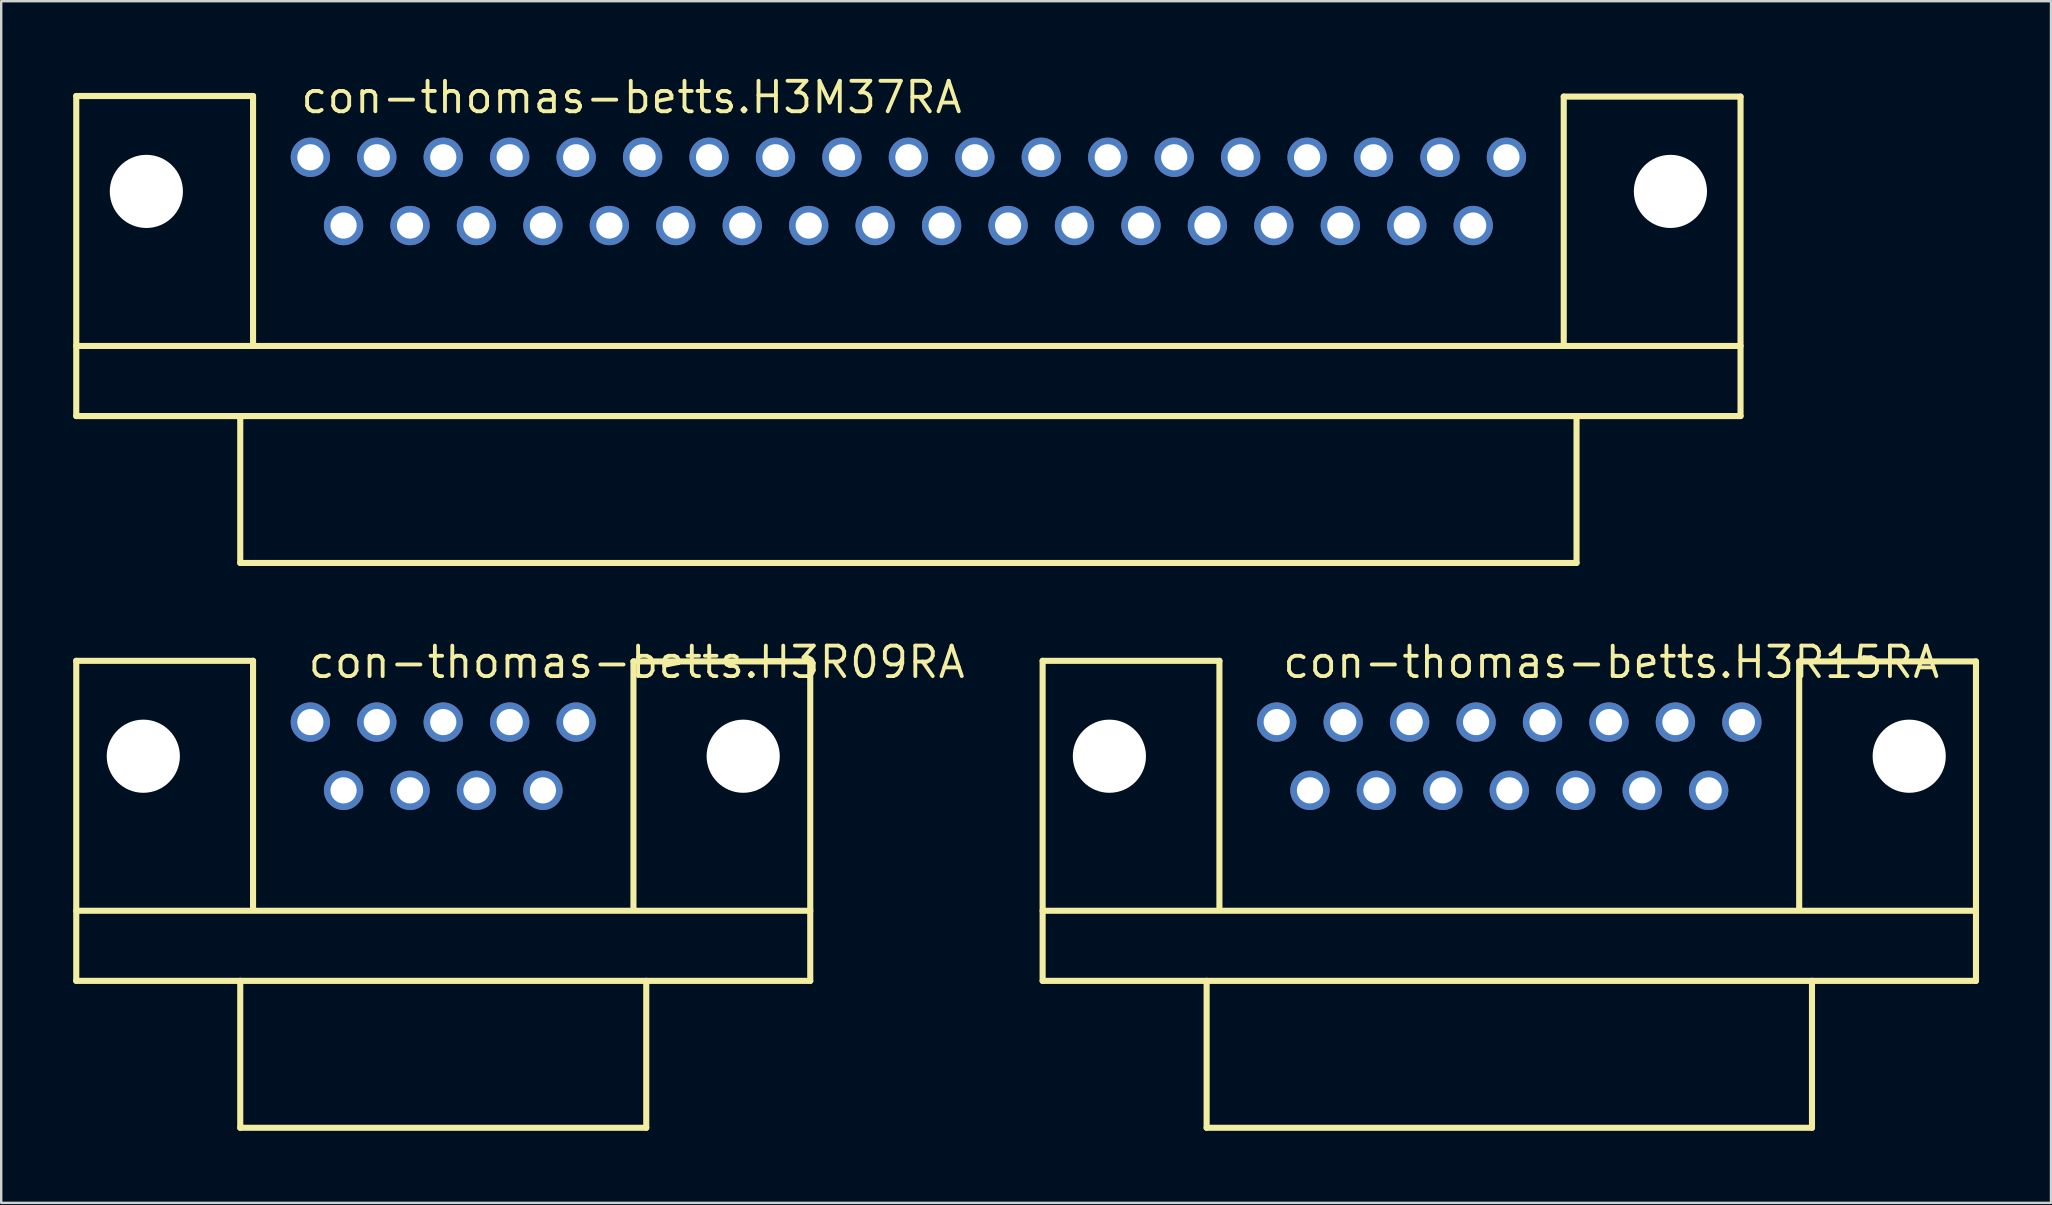
<source format=kicad_pcb>
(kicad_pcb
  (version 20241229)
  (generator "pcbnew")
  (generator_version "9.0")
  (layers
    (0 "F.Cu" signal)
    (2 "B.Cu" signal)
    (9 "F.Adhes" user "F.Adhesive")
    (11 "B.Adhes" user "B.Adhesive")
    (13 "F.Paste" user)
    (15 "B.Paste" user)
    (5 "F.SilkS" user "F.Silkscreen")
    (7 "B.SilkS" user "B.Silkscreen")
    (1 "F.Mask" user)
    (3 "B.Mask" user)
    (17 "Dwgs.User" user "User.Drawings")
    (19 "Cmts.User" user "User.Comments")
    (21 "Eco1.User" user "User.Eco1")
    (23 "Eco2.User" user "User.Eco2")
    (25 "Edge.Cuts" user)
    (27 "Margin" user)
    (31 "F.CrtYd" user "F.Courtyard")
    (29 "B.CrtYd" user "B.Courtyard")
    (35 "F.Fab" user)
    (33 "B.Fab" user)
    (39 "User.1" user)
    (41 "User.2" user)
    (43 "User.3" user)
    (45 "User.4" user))
  (footprint "con-thomas-betts.H3R15RA"
    (layer "F.Cu")
    (at 59.835 28.458)
    (property "Reference" "con-thomas-betts.H3R15RA" (at -9.525 -3.175 0) (layer "F.SilkS") (effects (font (size 1.27 1.27) (thickness 0.16)) (justify left bottom)))
    (attr through_hole)
    (fp_line (start -19.444 -3.975) (end -12.078 -3.975) (stroke (width 0.254) (type default)) (layer "F.SilkS"))
    (fp_line (start -19.444 6.439) (end 19.444 6.439) (stroke (width 0.254) (type default)) (layer "F.SilkS"))
    (fp_line (start -19.444 9.36) (end -19.444 -3.975) (stroke (width 0.254) (type default)) (layer "F.SilkS"))
    (fp_line (start -12.611 9.36) (end -19.444 9.36) (stroke (width 0.254) (type default)) (layer "F.SilkS"))
    (fp_line (start -12.611 9.36) (end 12.611 9.36) (stroke (width 0.254) (type default)) (layer "F.SilkS"))
    (fp_line (start -12.611 15.481) (end -12.611 9.36) (stroke (width 0.254) (type default)) (layer "F.SilkS"))
    (fp_line (start -12.078 -3.975) (end -12.078 6.299) (stroke (width 0.254) (type default)) (layer "F.SilkS"))
    (fp_line (start 12.078 -3.95) (end 12.078 6.299) (stroke (width 0.254) (type default)) (layer "F.SilkS"))
    (fp_line (start 12.611 9.36) (end 12.611 15.481) (stroke (width 0.254) (type default)) (layer "F.SilkS"))
    (fp_line (start 12.611 15.481) (end -12.611 15.481) (stroke (width 0.254) (type default)) (layer "F.SilkS"))
    (fp_line (start 19.444 -3.95) (end 12.078 -3.95) (stroke (width 0.254) (type default)) (layer "F.SilkS"))
    (fp_line (start 19.444 -3.95) (end 19.444 9.36) (stroke (width 0.254) (type default)) (layer "F.SilkS"))
    (fp_line (start 19.444 9.36) (end 12.611 9.36) (stroke (width 0.254) (type default)) (layer "F.SilkS"))
    (pad "" np_thru_hole circle (at -16.662 0) (size 3.048 3.048) (drill 3.048) (layers "*.Cu" "*.Mask"))
    (pad "" np_thru_hole circle (at 16.662 0) (size 3.048 3.048) (drill 3.048) (layers "*.Cu" "*.Mask"))
    (pad "1" thru_hole circle (at 9.69 -1.422) (size 1.638 1.638) (drill 1.092) (layers "*.Cu" "*.Mask"))
    (pad "2" thru_hole circle (at 6.921 -1.422) (size 1.638 1.638) (drill 1.092) (layers "*.Cu" "*.Mask"))
    (pad "3" thru_hole circle (at 4.153 -1.422) (size 1.638 1.638) (drill 1.092) (layers "*.Cu" "*.Mask"))
    (pad "4" thru_hole circle (at 1.384 -1.422) (size 1.638 1.638) (drill 1.092) (layers "*.Cu" "*.Mask"))
    (pad "5" thru_hole circle (at -1.384 -1.422) (size 1.638 1.638) (drill 1.092) (layers "*.Cu" "*.Mask"))
    (pad "6" thru_hole circle (at -4.153 -1.422) (size 1.638 1.638) (drill 1.092) (layers "*.Cu" "*.Mask"))
    (pad "7" thru_hole circle (at -6.921 -1.422) (size 1.638 1.638) (drill 1.092) (layers "*.Cu" "*.Mask"))
    (pad "8" thru_hole circle (at -9.69 -1.422) (size 1.638 1.638) (drill 1.092) (layers "*.Cu" "*.Mask"))
    (pad "9" thru_hole circle (at 8.306 1.422) (size 1.638 1.638) (drill 1.092) (layers "*.Cu" "*.Mask"))
    (pad "10" thru_hole circle (at 5.537 1.422) (size 1.638 1.638) (drill 1.092) (layers "*.Cu" "*.Mask"))
    (pad "11" thru_hole circle (at 2.769 1.422) (size 1.638 1.638) (drill 1.092) (layers "*.Cu" "*.Mask"))
    (pad "12" thru_hole circle (at 0 1.422) (size 1.638 1.638) (drill 1.092) (layers "*.Cu" "*.Mask"))
    (pad "13" thru_hole circle (at -2.769 1.422) (size 1.638 1.638) (drill 1.092) (layers "*.Cu" "*.Mask"))
    (pad "14" thru_hole circle (at -5.537 1.422) (size 1.638 1.638) (drill 1.092) (layers "*.Cu" "*.Mask"))
    (pad "15" thru_hole circle (at -8.306 1.422) (size 1.638 1.638) (drill 1.092) (layers "*.Cu" "*.Mask")))
  (footprint "con-thomas-betts.H3R09RA"
    (layer "F.Cu")
    (at 15.418 28.458)
    (property "Reference" "con-thomas-betts.H3R09RA" (at -5.715 -3.175 0) (layer "F.SilkS") (effects (font (size 1.27 1.27) (thickness 0.16)) (justify left bottom)))
    (attr through_hole)
    (fp_line (start -15.291 -3.975) (end -7.925 -3.975) (stroke (width 0.254) (type default)) (layer "F.SilkS"))
    (fp_line (start -15.291 6.439) (end 15.291 6.439) (stroke (width 0.254) (type default)) (layer "F.SilkS"))
    (fp_line (start -15.291 9.36) (end -15.291 -3.975) (stroke (width 0.254) (type default)) (layer "F.SilkS"))
    (fp_line (start -8.458 9.36) (end -15.291 9.36) (stroke (width 0.254) (type default)) (layer "F.SilkS"))
    (fp_line (start -8.458 9.36) (end 8.458 9.36) (stroke (width 0.254) (type default)) (layer "F.SilkS"))
    (fp_line (start -8.458 15.481) (end -8.458 9.36) (stroke (width 0.254) (type default)) (layer "F.SilkS"))
    (fp_line (start -7.925 -3.975) (end -7.925 6.299) (stroke (width 0.254) (type default)) (layer "F.SilkS"))
    (fp_line (start 7.925 -3.95) (end 7.925 6.299) (stroke (width 0.254) (type default)) (layer "F.SilkS"))
    (fp_line (start 8.458 9.36) (end 8.458 15.481) (stroke (width 0.254) (type default)) (layer "F.SilkS"))
    (fp_line (start 8.458 15.481) (end -8.458 15.481) (stroke (width 0.254) (type default)) (layer "F.SilkS"))
    (fp_line (start 15.291 -3.95) (end 7.925 -3.95) (stroke (width 0.254) (type default)) (layer "F.SilkS"))
    (fp_line (start 15.291 -3.95) (end 15.291 9.36) (stroke (width 0.254) (type default)) (layer "F.SilkS"))
    (fp_line (start 15.291 9.36) (end 8.458 9.36) (stroke (width 0.254) (type default)) (layer "F.SilkS"))
    (pad "" np_thru_hole circle (at -12.497 0) (size 3.048 3.048) (drill 3.048) (layers "*.Cu" "*.Mask"))
    (pad "" np_thru_hole circle (at 12.497 0) (size 3.048 3.048) (drill 3.048) (layers "*.Cu" "*.Mask"))
    (pad "1" thru_hole circle (at 5.537 -1.422) (size 1.638 1.638) (drill 1.092) (layers "*.Cu" "*.Mask"))
    (pad "2" thru_hole circle (at 2.769 -1.422) (size 1.638 1.638) (drill 1.092) (layers "*.Cu" "*.Mask"))
    (pad "3" thru_hole circle (at 0 -1.422) (size 1.638 1.638) (drill 1.092) (layers "*.Cu" "*.Mask"))
    (pad "4" thru_hole circle (at -2.769 -1.422) (size 1.638 1.638) (drill 1.092) (layers "*.Cu" "*.Mask"))
    (pad "5" thru_hole circle (at -5.537 -1.422) (size 1.638 1.638) (drill 1.092) (layers "*.Cu" "*.Mask"))
    (pad "6" thru_hole circle (at 4.153 1.422) (size 1.638 1.638) (drill 1.092) (layers "*.Cu" "*.Mask"))
    (pad "7" thru_hole circle (at 1.384 1.422) (size 1.638 1.638) (drill 1.092) (layers "*.Cu" "*.Mask"))
    (pad "8" thru_hole circle (at -1.384 1.422) (size 1.638 1.638) (drill 1.092) (layers "*.Cu" "*.Mask"))
    (pad "9" thru_hole circle (at -4.153 1.422) (size 1.638 1.638) (drill 1.092) (layers "*.Cu" "*.Mask")))
  (footprint "con-thomas-betts.H3M37RA"
    (layer "F.Cu")
    (at 34.798 4.925)
    (property "Reference" "con-thomas-betts.H3M37RA" (at -25.4 -3.175 0) (layer "F.SilkS") (effects (font (size 1.27 1.27) (thickness 0.16)) (justify left bottom)))
    (attr through_hole)
    (fp_line (start -34.671 -3.975) (end -27.305 -3.975) (stroke (width 0.254) (type default)) (layer "F.SilkS"))
    (fp_line (start -34.671 6.439) (end 34.671 6.439) (stroke (width 0.254) (type default)) (layer "F.SilkS"))
    (fp_line (start -34.671 9.36) (end -34.671 -3.975) (stroke (width 0.254) (type default)) (layer "F.SilkS"))
    (fp_line (start -27.838 9.36) (end -34.671 9.36) (stroke (width 0.254) (type default)) (layer "F.SilkS"))
    (fp_line (start -27.838 9.36) (end 27.838 9.36) (stroke (width 0.254) (type default)) (layer "F.SilkS"))
    (fp_line (start -27.838 15.481) (end -27.838 9.36) (stroke (width 0.254) (type default)) (layer "F.SilkS"))
    (fp_line (start -27.305 -3.975) (end -27.305 6.299) (stroke (width 0.254) (type default)) (layer "F.SilkS"))
    (fp_line (start 27.305 -3.95) (end 27.305 6.299) (stroke (width 0.254) (type default)) (layer "F.SilkS"))
    (fp_line (start 27.838 9.36) (end 27.838 15.481) (stroke (width 0.254) (type default)) (layer "F.SilkS"))
    (fp_line (start 27.838 15.481) (end -27.838 15.481) (stroke (width 0.254) (type default)) (layer "F.SilkS"))
    (fp_line (start 34.671 -3.95) (end 27.305 -3.95) (stroke (width 0.254) (type default)) (layer "F.SilkS"))
    (fp_line (start 34.671 -3.95) (end 34.671 9.36) (stroke (width 0.254) (type default)) (layer "F.SilkS"))
    (fp_line (start 34.671 9.36) (end 27.838 9.36) (stroke (width 0.254) (type default)) (layer "F.SilkS"))
    (pad "" np_thru_hole circle (at -31.75 0) (size 3.048 3.048) (drill 3.048) (layers "*.Cu" "*.Mask"))
    (pad "" np_thru_hole circle (at 31.75 0) (size 3.048 3.048) (drill 3.048) (layers "*.Cu" "*.Mask"))
    (pad "1" thru_hole circle (at -24.917 -1.422) (size 1.638 1.638) (drill 1.092) (layers "*.Cu" "*.Mask"))
    (pad "2" thru_hole circle (at -22.149 -1.422) (size 1.638 1.638) (drill 1.092) (layers "*.Cu" "*.Mask"))
    (pad "3" thru_hole circle (at -19.38 -1.422) (size 1.638 1.638) (drill 1.092) (layers "*.Cu" "*.Mask"))
    (pad "4" thru_hole circle (at -16.612 -1.422) (size 1.638 1.638) (drill 1.092) (layers "*.Cu" "*.Mask"))
    (pad "5" thru_hole circle (at -13.843 -1.422) (size 1.638 1.638) (drill 1.092) (layers "*.Cu" "*.Mask"))
    (pad "6" thru_hole circle (at -11.074 -1.422) (size 1.638 1.638) (drill 1.092) (layers "*.Cu" "*.Mask"))
    (pad "7" thru_hole circle (at -8.306 -1.422) (size 1.638 1.638) (drill 1.092) (layers "*.Cu" "*.Mask"))
    (pad "8" thru_hole circle (at -5.537 -1.422) (size 1.638 1.638) (drill 1.092) (layers "*.Cu" "*.Mask"))
    (pad "9" thru_hole circle (at -2.769 -1.422) (size 1.638 1.638) (drill 1.092) (layers "*.Cu" "*.Mask"))
    (pad "10" thru_hole circle (at 0 -1.422) (size 1.638 1.638) (drill 1.092) (layers "*.Cu" "*.Mask"))
    (pad "11" thru_hole circle (at 2.769 -1.422) (size 1.638 1.638) (drill 1.092) (layers "*.Cu" "*.Mask"))
    (pad "12" thru_hole circle (at 5.537 -1.422) (size 1.638 1.638) (drill 1.092) (layers "*.Cu" "*.Mask"))
    (pad "13" thru_hole circle (at 8.306 -1.422) (size 1.638 1.638) (drill 1.092) (layers "*.Cu" "*.Mask"))
    (pad "14" thru_hole circle (at 11.074 -1.422) (size 1.638 1.638) (drill 1.092) (layers "*.Cu" "*.Mask"))
    (pad "15" thru_hole circle (at 13.843 -1.422) (size 1.638 1.638) (drill 1.092) (layers "*.Cu" "*.Mask"))
    (pad "16" thru_hole circle (at 16.612 -1.422) (size 1.638 1.638) (drill 1.092) (layers "*.Cu" "*.Mask"))
    (pad "17" thru_hole circle (at 19.38 -1.422) (size 1.638 1.638) (drill 1.092) (layers "*.Cu" "*.Mask"))
    (pad "18" thru_hole circle (at 22.149 -1.422) (size 1.638 1.638) (drill 1.092) (layers "*.Cu" "*.Mask"))
    (pad "19" thru_hole circle (at 24.917 -1.422) (size 1.638 1.638) (drill 1.092) (layers "*.Cu" "*.Mask"))
    (pad "20" thru_hole circle (at -23.533 1.422) (size 1.638 1.638) (drill 1.092) (layers "*.Cu" "*.Mask"))
    (pad "21" thru_hole circle (at -20.765 1.422) (size 1.638 1.638) (drill 1.092) (layers "*.Cu" "*.Mask"))
    (pad "22" thru_hole circle (at -17.996 1.422) (size 1.638 1.638) (drill 1.092) (layers "*.Cu" "*.Mask"))
    (pad "23" thru_hole circle (at -15.227 1.422) (size 1.638 1.638) (drill 1.092) (layers "*.Cu" "*.Mask"))
    (pad "24" thru_hole circle (at -12.459 1.422) (size 1.638 1.638) (drill 1.092) (layers "*.Cu" "*.Mask"))
    (pad "25" thru_hole circle (at -9.69 1.422) (size 1.638 1.638) (drill 1.092) (layers "*.Cu" "*.Mask"))
    (pad "26" thru_hole circle (at -6.921 1.422) (size 1.638 1.638) (drill 1.092) (layers "*.Cu" "*.Mask"))
    (pad "27" thru_hole circle (at -4.153 1.422) (size 1.638 1.638) (drill 1.092) (layers "*.Cu" "*.Mask"))
    (pad "28" thru_hole circle (at -1.384 1.422) (size 1.638 1.638) (drill 1.092) (layers "*.Cu" "*.Mask"))
    (pad "29" thru_hole circle (at 1.384 1.422) (size 1.638 1.638) (drill 1.092) (layers "*.Cu" "*.Mask"))
    (pad "30" thru_hole circle (at 4.153 1.422) (size 1.638 1.638) (drill 1.092) (layers "*.Cu" "*.Mask"))
    (pad "31" thru_hole circle (at 6.921 1.422) (size 1.638 1.638) (drill 1.092) (layers "*.Cu" "*.Mask"))
    (pad "32" thru_hole circle (at 9.69 1.422) (size 1.638 1.638) (drill 1.092) (layers "*.Cu" "*.Mask"))
    (pad "33" thru_hole circle (at 12.459 1.422) (size 1.638 1.638) (drill 1.092) (layers "*.Cu" "*.Mask"))
    (pad "34" thru_hole circle (at 15.227 1.422) (size 1.638 1.638) (drill 1.092) (layers "*.Cu" "*.Mask"))
    (pad "35" thru_hole circle (at 17.996 1.422) (size 1.638 1.638) (drill 1.092) (layers "*.Cu" "*.Mask"))
    (pad "36" thru_hole circle (at 20.765 1.422) (size 1.638 1.638) (drill 1.092) (layers "*.Cu" "*.Mask"))
    (pad "37" thru_hole circle (at 23.533 1.422) (size 1.638 1.638) (drill 1.092) (layers "*.Cu" "*.Mask")))
  (gr_rect
    (start -3 -3)
    (end 82.405 47.067)
    (stroke (width 0.1) (type default))
    (fill no)
    (layer "Edge.Cuts")))
</source>
